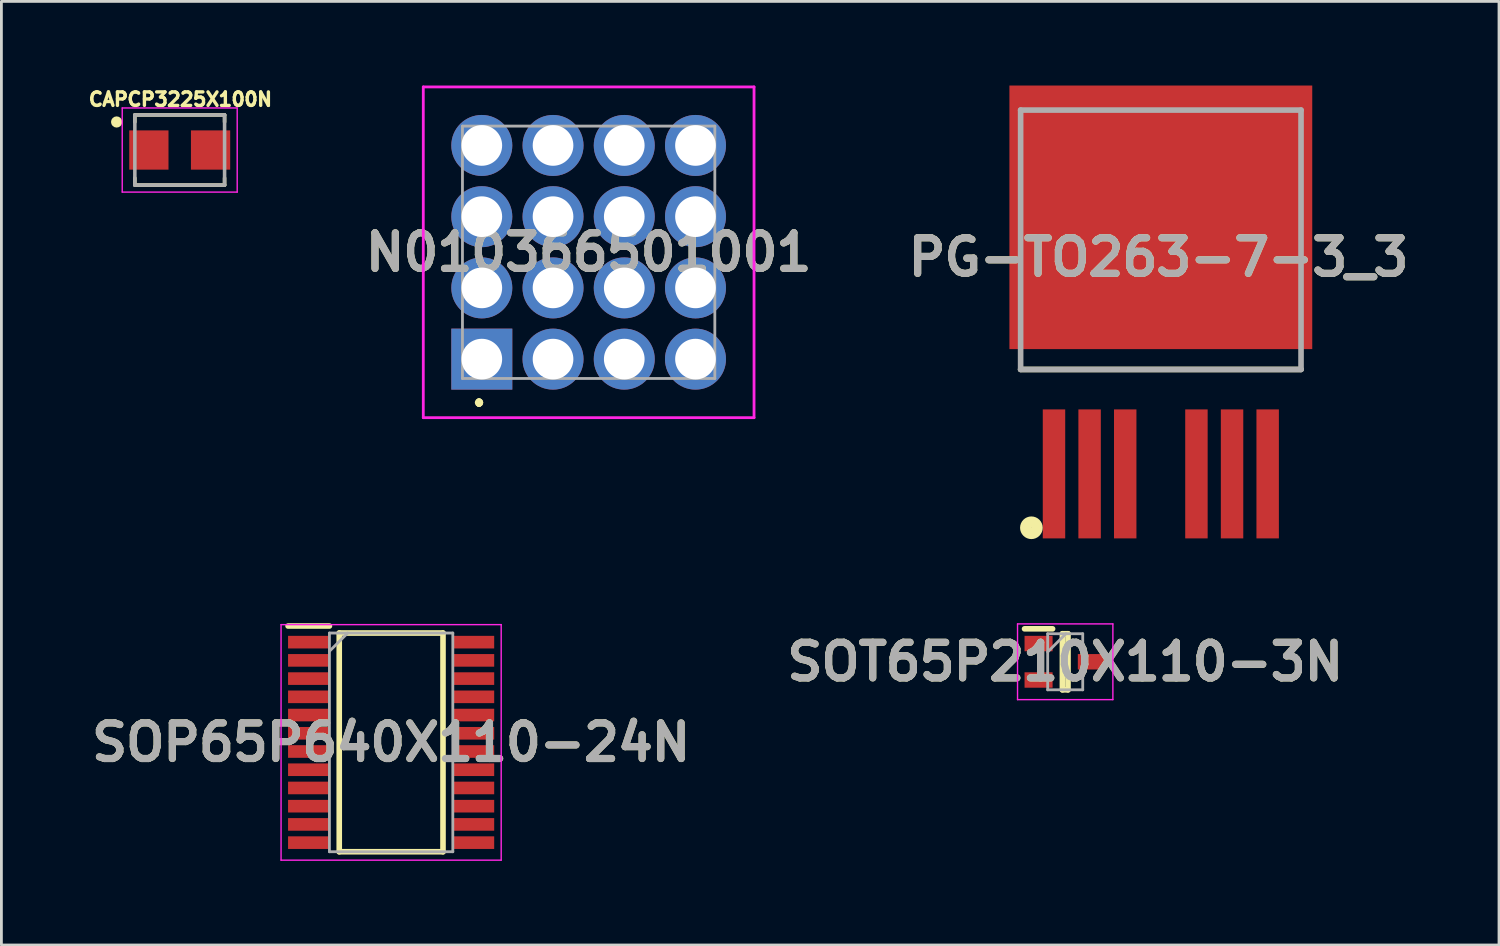
<source format=kicad_pcb>
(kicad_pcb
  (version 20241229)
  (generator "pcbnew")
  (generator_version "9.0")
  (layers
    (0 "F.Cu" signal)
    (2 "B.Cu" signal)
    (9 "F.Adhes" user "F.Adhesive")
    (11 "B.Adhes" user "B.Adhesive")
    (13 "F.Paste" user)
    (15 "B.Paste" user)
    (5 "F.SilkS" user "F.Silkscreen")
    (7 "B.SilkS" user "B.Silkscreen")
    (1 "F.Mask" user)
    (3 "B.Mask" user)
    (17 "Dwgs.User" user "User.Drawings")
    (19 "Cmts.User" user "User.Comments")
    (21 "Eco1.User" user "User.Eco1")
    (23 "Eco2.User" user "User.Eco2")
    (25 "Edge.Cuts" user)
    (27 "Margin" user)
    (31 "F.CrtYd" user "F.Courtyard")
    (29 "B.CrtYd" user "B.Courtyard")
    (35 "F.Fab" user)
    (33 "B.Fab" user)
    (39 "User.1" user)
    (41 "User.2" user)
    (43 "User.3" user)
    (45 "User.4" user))
  (footprint "SOP65P640X110-24N"
    (layer "F.Cu")
    (at 10.898 23.425)
    (property "Reference" "SOP65P640X110-24N" (at 0 0 0) (layer "F.SilkS") (effects (font (size 1.27 1.27) (thickness 0.254))))
    (attr smd)
    (fp_line (start -3.675 -4.15) (end -2.2 -4.15) (stroke (width 0.2) (type solid)) (layer "F.SilkS"))
    (fp_line (start -1.85 -3.9) (end 1.85 -3.9) (stroke (width 0.2) (type solid)) (layer "F.SilkS"))
    (fp_line (start -1.85 3.9) (end -1.85 -3.9) (stroke (width 0.2) (type solid)) (layer "F.SilkS"))
    (fp_line (start 1.85 -3.9) (end 1.85 3.9) (stroke (width 0.2) (type solid)) (layer "F.SilkS"))
    (fp_line (start 1.85 3.9) (end -1.85 3.9) (stroke (width 0.2) (type solid)) (layer "F.SilkS"))
    (fp_line (start -3.925 -4.2) (end 3.925 -4.2) (stroke (width 0.05) (type solid)) (layer "F.CrtYd"))
    (fp_line (start -3.925 4.2) (end -3.925 -4.2) (stroke (width 0.05) (type solid)) (layer "F.CrtYd"))
    (fp_line (start 3.925 -4.2) (end 3.925 4.2) (stroke (width 0.05) (type solid)) (layer "F.CrtYd"))
    (fp_line (start 3.925 4.2) (end -3.925 4.2) (stroke (width 0.05) (type solid)) (layer "F.CrtYd"))
    (fp_line (start -2.2 -3.9) (end 2.2 -3.9) (stroke (width 0.1) (type solid)) (layer "F.Fab"))
    (fp_line (start -2.2 -3.25) (end -1.55 -3.9) (stroke (width 0.1) (type solid)) (layer "F.Fab"))
    (fp_line (start -2.2 3.9) (end -2.2 -3.9) (stroke (width 0.1) (type solid)) (layer "F.Fab"))
    (fp_line (start 2.2 -3.9) (end 2.2 3.9) (stroke (width 0.1) (type solid)) (layer "F.Fab"))
    (fp_line (start 2.2 3.9) (end -2.2 3.9) (stroke (width 0.1) (type solid)) (layer "F.Fab"))
    (fp_text user "${REFERENCE}" (at 0 0 0) (layer "F.Fab") (effects (font (size 1.27 1.27) (thickness 0.254))))
    (pad "1" smd rect (at -2.938 -3.575 90) (size 0.45 1.475) (layers "F.Cu" "F.Mask" "F.Paste"))
    (pad "2" smd rect (at -2.938 -2.925 90) (size 0.45 1.475) (layers "F.Cu" "F.Mask" "F.Paste"))
    (pad "3" smd rect (at -2.938 -2.275 90) (size 0.45 1.475) (layers "F.Cu" "F.Mask" "F.Paste"))
    (pad "4" smd rect (at -2.938 -1.625 90) (size 0.45 1.475) (layers "F.Cu" "F.Mask" "F.Paste"))
    (pad "5" smd rect (at -2.938 -0.975 90) (size 0.45 1.475) (layers "F.Cu" "F.Mask" "F.Paste"))
    (pad "6" smd rect (at -2.938 -0.325 90) (size 0.45 1.475) (layers "F.Cu" "F.Mask" "F.Paste"))
    (pad "7" smd rect (at -2.938 0.325 90) (size 0.45 1.475) (layers "F.Cu" "F.Mask" "F.Paste"))
    (pad "8" smd rect (at -2.938 0.975 90) (size 0.45 1.475) (layers "F.Cu" "F.Mask" "F.Paste"))
    (pad "9" smd rect (at -2.938 1.625 90) (size 0.45 1.475) (layers "F.Cu" "F.Mask" "F.Paste"))
    (pad "10" smd rect (at -2.938 2.275 90) (size 0.45 1.475) (layers "F.Cu" "F.Mask" "F.Paste"))
    (pad "11" smd rect (at -2.938 2.925 90) (size 0.45 1.475) (layers "F.Cu" "F.Mask" "F.Paste"))
    (pad "12" smd rect (at -2.938 3.575 90) (size 0.45 1.475) (layers "F.Cu" "F.Mask" "F.Paste"))
    (pad "13" smd rect (at 2.938 3.575 90) (size 0.45 1.475) (layers "F.Cu" "F.Mask" "F.Paste"))
    (pad "14" smd rect (at 2.938 2.925 90) (size 0.45 1.475) (layers "F.Cu" "F.Mask" "F.Paste"))
    (pad "15" smd rect (at 2.938 2.275 90) (size 0.45 1.475) (layers "F.Cu" "F.Mask" "F.Paste"))
    (pad "16" smd rect (at 2.938 1.625 90) (size 0.45 1.475) (layers "F.Cu" "F.Mask" "F.Paste"))
    (pad "17" smd rect (at 2.938 0.975 90) (size 0.45 1.475) (layers "F.Cu" "F.Mask" "F.Paste"))
    (pad "18" smd rect (at 2.938 0.325 90) (size 0.45 1.475) (layers "F.Cu" "F.Mask" "F.Paste"))
    (pad "19" smd rect (at 2.938 -0.325 90) (size 0.45 1.475) (layers "F.Cu" "F.Mask" "F.Paste"))
    (pad "20" smd rect (at 2.938 -0.975 90) (size 0.45 1.475) (layers "F.Cu" "F.Mask" "F.Paste"))
    (pad "21" smd rect (at 2.938 -1.625 90) (size 0.45 1.475) (layers "F.Cu" "F.Mask" "F.Paste"))
    (pad "22" smd rect (at 2.938 -2.275 90) (size 0.45 1.475) (layers "F.Cu" "F.Mask" "F.Paste"))
    (pad "23" smd rect (at 2.938 -2.925 90) (size 0.45 1.475) (layers "F.Cu" "F.Mask" "F.Paste"))
    (pad "24" smd rect (at 2.938 -3.575 90) (size 0.45 1.475) (layers "F.Cu" "F.Mask" "F.Paste")))
  (footprint "PG-TO263-7-3_3"
    (layer "F.Cu")
    (at 38.347 4.7)
    (property "Reference" "PG-TO263-7-3_3" (at -0.084 1.425 0) (layer "F.SilkS") (effects (font (size 1.27 1.27) (thickness 0.254))))
    (attr smd)
    (fp_line (start -5 5.425) (end 5 5.425) (stroke (width 0.2) (type solid)) (layer "F.SilkS"))
    (fp_circle (center -4.616 11.071) (end -4.616 11.275) (stroke (width 0.4) (type solid)) (fill no) (layer "F.SilkS"))
    (fp_line (start -5 -3.825) (end 5 -3.825) (stroke (width 0.2) (type solid)) (layer "F.Fab"))
    (fp_line (start -5 5.425) (end -5 -3.825) (stroke (width 0.2) (type solid)) (layer "F.Fab"))
    (fp_line (start 5 -3.825) (end 5 5.425) (stroke (width 0.2) (type solid)) (layer "F.Fab"))
    (fp_line (start 5 5.425) (end -5 5.425) (stroke (width 0.2) (type solid)) (layer "F.Fab"))
    (fp_text user "${REFERENCE}" (at -0.084 1.425 0) (layer "F.Fab") (effects (font (size 1.27 1.27) (thickness 0.254))))
    (pad "1" smd rect (at -3.81 9.15) (size 0.8 4.6) (layers "F.Cu" "F.Mask" "F.Paste"))
    (pad "2" smd rect (at -2.54 9.15) (size 0.8 4.6) (layers "F.Cu" "F.Mask" "F.Paste"))
    (pad "3" smd rect (at -1.27 9.15) (size 0.8 4.6) (layers "F.Cu" "F.Mask" "F.Paste"))
    (pad "5" smd rect (at 1.27 9.15) (size 0.8 4.6) (layers "F.Cu" "F.Mask" "F.Paste"))
    (pad "6" smd rect (at 2.54 9.15) (size 0.8 4.6) (layers "F.Cu" "F.Mask" "F.Paste"))
    (pad "7" smd rect (at 3.81 9.15) (size 0.8 4.6) (layers "F.Cu" "F.Mask" "F.Paste"))
    (pad "8" smd rect (at 0 0 90) (size 9.4 10.8) (layers "F.Cu" "F.Mask" "F.Paste")))
  (footprint "N010366501001"
    (layer "F.Cu")
    (at 14.132 9.757)
    (property "Reference" "N010366501001" (at 3.811 -3.81 0) (layer "F.SilkS") (effects (font (size 1.27 1.27) (thickness 0.254))))
    (attr through_hole)
    (fp_line (start -0.1 1.5) (end -0.1 1.5) (stroke (width 0.2) (type solid)) (layer "F.SilkS"))
    (fp_line (start -0.1 1.6) (end -0.1 1.6) (stroke (width 0.2) (type solid)) (layer "F.SilkS"))
    (fp_line (start -0.1 1.6) (end -0.1 1.6) (stroke (width 0.2) (type solid)) (layer "F.SilkS"))
    (fp_arc (start -0.1 1.5) (mid -0.05 1.55) (end -0.1 1.6) (stroke (width 0.2) (type solid)) (layer "F.SilkS"))
    (fp_arc (start -0.1 1.5) (mid -0.05 1.55) (end -0.1 1.6) (stroke (width 0.2) (type solid)) (layer "F.SilkS"))
    (fp_arc (start -0.1 1.6) (mid -0.15 1.55) (end -0.1 1.5) (stroke (width 0.2) (type solid)) (layer "F.SilkS"))
    (fp_line (start -2.087 -9.707) (end 9.708 -9.707) (stroke (width 0.1) (type solid)) (layer "F.CrtYd"))
    (fp_line (start -2.087 2.088) (end -2.087 -9.707) (stroke (width 0.1) (type solid)) (layer "F.CrtYd"))
    (fp_line (start 9.708 -9.707) (end 9.708 2.088) (stroke (width 0.1) (type solid)) (layer "F.CrtYd"))
    (fp_line (start 9.708 2.088) (end -2.087 2.088) (stroke (width 0.1) (type solid)) (layer "F.CrtYd"))
    (fp_line (start -0.69 -8.31) (end -0.69 0.69) (stroke (width 0.1) (type solid)) (layer "F.Fab"))
    (fp_line (start -0.69 0.69) (end 8.31 0.69) (stroke (width 0.1) (type solid)) (layer "F.Fab"))
    (fp_line (start 8.31 -8.31) (end -0.69 -8.31) (stroke (width 0.1) (type solid)) (layer "F.Fab"))
    (fp_line (start 8.31 0.69) (end 8.31 -8.31) (stroke (width 0.1) (type solid)) (layer "F.Fab"))
    (fp_text user "${REFERENCE}" (at 3.811 -3.81 0) (layer "F.Fab") (effects (font (size 1.27 1.27) (thickness 0.254))))
    (pad "1" thru_hole rect (at 0 0) (size 2.175 2.175) (drill 1.45) (layers "*.Cu" "*.Mask"))
    (pad "2" thru_hole circle (at 2.54 0) (size 2.175 2.175) (drill 1.45) (layers "*.Cu" "*.Mask"))
    (pad "3" thru_hole circle (at 5.08 0) (size 2.175 2.175) (drill 1.45) (layers "*.Cu" "*.Mask"))
    (pad "4" thru_hole circle (at 7.62 0) (size 2.175 2.175) (drill 1.45) (layers "*.Cu" "*.Mask"))
    (pad "5" thru_hole circle (at 0 -2.54) (size 2.175 2.175) (drill 1.45) (layers "*.Cu" "*.Mask"))
    (pad "6" thru_hole circle (at 2.54 -2.54) (size 2.175 2.175) (drill 1.45) (layers "*.Cu" "*.Mask"))
    (pad "7" thru_hole circle (at 5.08 -2.54) (size 2.175 2.175) (drill 1.45) (layers "*.Cu" "*.Mask"))
    (pad "8" thru_hole circle (at 7.62 -2.54) (size 2.175 2.175) (drill 1.45) (layers "*.Cu" "*.Mask"))
    (pad "9" thru_hole circle (at 0 -5.08) (size 2.175 2.175) (drill 1.45) (layers "*.Cu" "*.Mask"))
    (pad "10" thru_hole circle (at 2.54 -5.08) (size 2.175 2.175) (drill 1.45) (layers "*.Cu" "*.Mask"))
    (pad "11" thru_hole circle (at 5.08 -5.08) (size 2.175 2.175) (drill 1.45) (layers "*.Cu" "*.Mask"))
    (pad "12" thru_hole circle (at 7.62 -5.08) (size 2.175 2.175) (drill 1.45) (layers "*.Cu" "*.Mask"))
    (pad "13" thru_hole circle (at 0 -7.62) (size 2.175 2.175) (drill 1.45) (layers "*.Cu" "*.Mask"))
    (pad "14" thru_hole circle (at 2.54 -7.62) (size 2.175 2.175) (drill 1.45) (layers "*.Cu" "*.Mask"))
    (pad "15" thru_hole circle (at 5.08 -7.62) (size 2.175 2.175) (drill 1.45) (layers "*.Cu" "*.Mask"))
    (pad "16" thru_hole circle (at 7.62 -7.62) (size 2.175 2.175) (drill 1.45) (layers "*.Cu" "*.Mask")))
  (footprint "CAPCP3225X100N"
    (layer "F.Cu")
    (at 3.359 2.3)
    (property "Reference" "CAPCP3225X100N" (at 0.024 -1.808 0) (layer "F.SilkS") (effects (font (size 0.481 0.481) (thickness 0.15))))
    (attr smd)
    (fp_line (start -1.6 -1.25) (end -1.6 -1) (stroke (width 0.127) (type solid)) (layer "F.SilkS"))
    (fp_line (start -1.6 1.25) (end -1.6 1) (stroke (width 0.127) (type solid)) (layer "F.SilkS"))
    (fp_line (start 1.6 -1.25) (end -1.6 -1.25) (stroke (width 0.127) (type solid)) (layer "F.SilkS"))
    (fp_line (start 1.6 -1) (end 1.6 -1.25) (stroke (width 0.127) (type solid)) (layer "F.SilkS"))
    (fp_line (start 1.6 1) (end 1.6 1.25) (stroke (width 0.127) (type solid)) (layer "F.SilkS"))
    (fp_line (start 1.6 1.25) (end -1.6 1.25) (stroke (width 0.127) (type solid)) (layer "F.SilkS"))
    (fp_circle (center -2.25 -1) (end -2.15 -1) (stroke (width 0.2) (type solid)) (fill no) (layer "F.SilkS"))
    (fp_line (start -2.05 -1.5) (end 2.05 -1.5) (stroke (width 0.05) (type solid)) (layer "F.CrtYd"))
    (fp_line (start -2.05 1.5) (end -2.05 -1.5) (stroke (width 0.05) (type solid)) (layer "F.CrtYd"))
    (fp_line (start 2.05 -1.5) (end 2.05 1.5) (stroke (width 0.05) (type solid)) (layer "F.CrtYd"))
    (fp_line (start 2.05 1.5) (end -2.05 1.5) (stroke (width 0.05) (type solid)) (layer "F.CrtYd"))
    (fp_line (start -1.6 -1.25) (end 1.6 -1.25) (stroke (width 0.127) (type solid)) (layer "F.Fab"))
    (fp_line (start -1.6 1.25) (end -1.6 -1.25) (stroke (width 0.127) (type solid)) (layer "F.Fab"))
    (fp_line (start 1.6 -1.25) (end 1.6 1.25) (stroke (width 0.127) (type solid)) (layer "F.Fab"))
    (fp_line (start 1.6 1.25) (end -1.6 1.25) (stroke (width 0.127) (type solid)) (layer "F.Fab"))
    (pad "1" smd rect (at -1.1 0 180) (size 1.4 1.4) (layers "F.Cu" "F.Mask" "F.Paste"))
    (pad "2" smd rect (at 1.1 0 180) (size 1.4 1.4) (layers "F.Cu" "F.Mask" "F.Paste")))
  (footprint "SOT65P210X110-3N"
    (layer "F.Cu")
    (at 34.937 20.55)
    (property "Reference" "SOT65P210X110-3N" (at 0 0 0) (layer "F.SilkS") (effects (font (size 1.27 1.27) (thickness 0.254))))
    (attr smd)
    (fp_line (start -1.45 -1.175) (end -0.45 -1.175) (stroke (width 0.2) (type solid)) (layer "F.SilkS"))
    (fp_line (start -0.1 -1) (end 0.1 -1) (stroke (width 0.2) (type solid)) (layer "F.SilkS"))
    (fp_line (start -0.1 1) (end -0.1 -1) (stroke (width 0.2) (type solid)) (layer "F.SilkS"))
    (fp_line (start 0.1 -1) (end 0.1 1) (stroke (width 0.2) (type solid)) (layer "F.SilkS"))
    (fp_line (start 0.1 1) (end -0.1 1) (stroke (width 0.2) (type solid)) (layer "F.SilkS"))
    (fp_line (start -1.7 -1.35) (end 1.7 -1.35) (stroke (width 0.05) (type solid)) (layer "F.CrtYd"))
    (fp_line (start -1.7 1.35) (end -1.7 -1.35) (stroke (width 0.05) (type solid)) (layer "F.CrtYd"))
    (fp_line (start 1.7 -1.35) (end 1.7 1.35) (stroke (width 0.05) (type solid)) (layer "F.CrtYd"))
    (fp_line (start 1.7 1.35) (end -1.7 1.35) (stroke (width 0.05) (type solid)) (layer "F.CrtYd"))
    (fp_line (start -0.625 -1) (end 0.625 -1) (stroke (width 0.1) (type solid)) (layer "F.Fab"))
    (fp_line (start -0.625 -0.35) (end 0.025 -1) (stroke (width 0.1) (type solid)) (layer "F.Fab"))
    (fp_line (start -0.625 1) (end -0.625 -1) (stroke (width 0.1) (type solid)) (layer "F.Fab"))
    (fp_line (start 0.625 -1) (end 0.625 1) (stroke (width 0.1) (type solid)) (layer "F.Fab"))
    (fp_line (start 0.625 1) (end -0.625 1) (stroke (width 0.1) (type solid)) (layer "F.Fab"))
    (fp_text user "${REFERENCE}" (at 0 0 0) (layer "F.Fab") (effects (font (size 1.27 1.27) (thickness 0.254))))
    (pad "1" smd rect (at -0.95 -0.65 90) (size 0.55 1) (layers "F.Cu" "F.Mask" "F.Paste"))
    (pad "2" smd rect (at -0.95 0.65 90) (size 0.55 1) (layers "F.Cu" "F.Mask" "F.Paste"))
    (pad "3" smd rect (at 0.95 0 90) (size 0.55 1) (layers "F.Cu" "F.Mask" "F.Paste")))
  (gr_rect
    (start -3 -3)
    (end 50.407 30.65)
    (stroke (width 0.1) (type default))
    (fill no)
    (layer "Edge.Cuts")))
</source>
